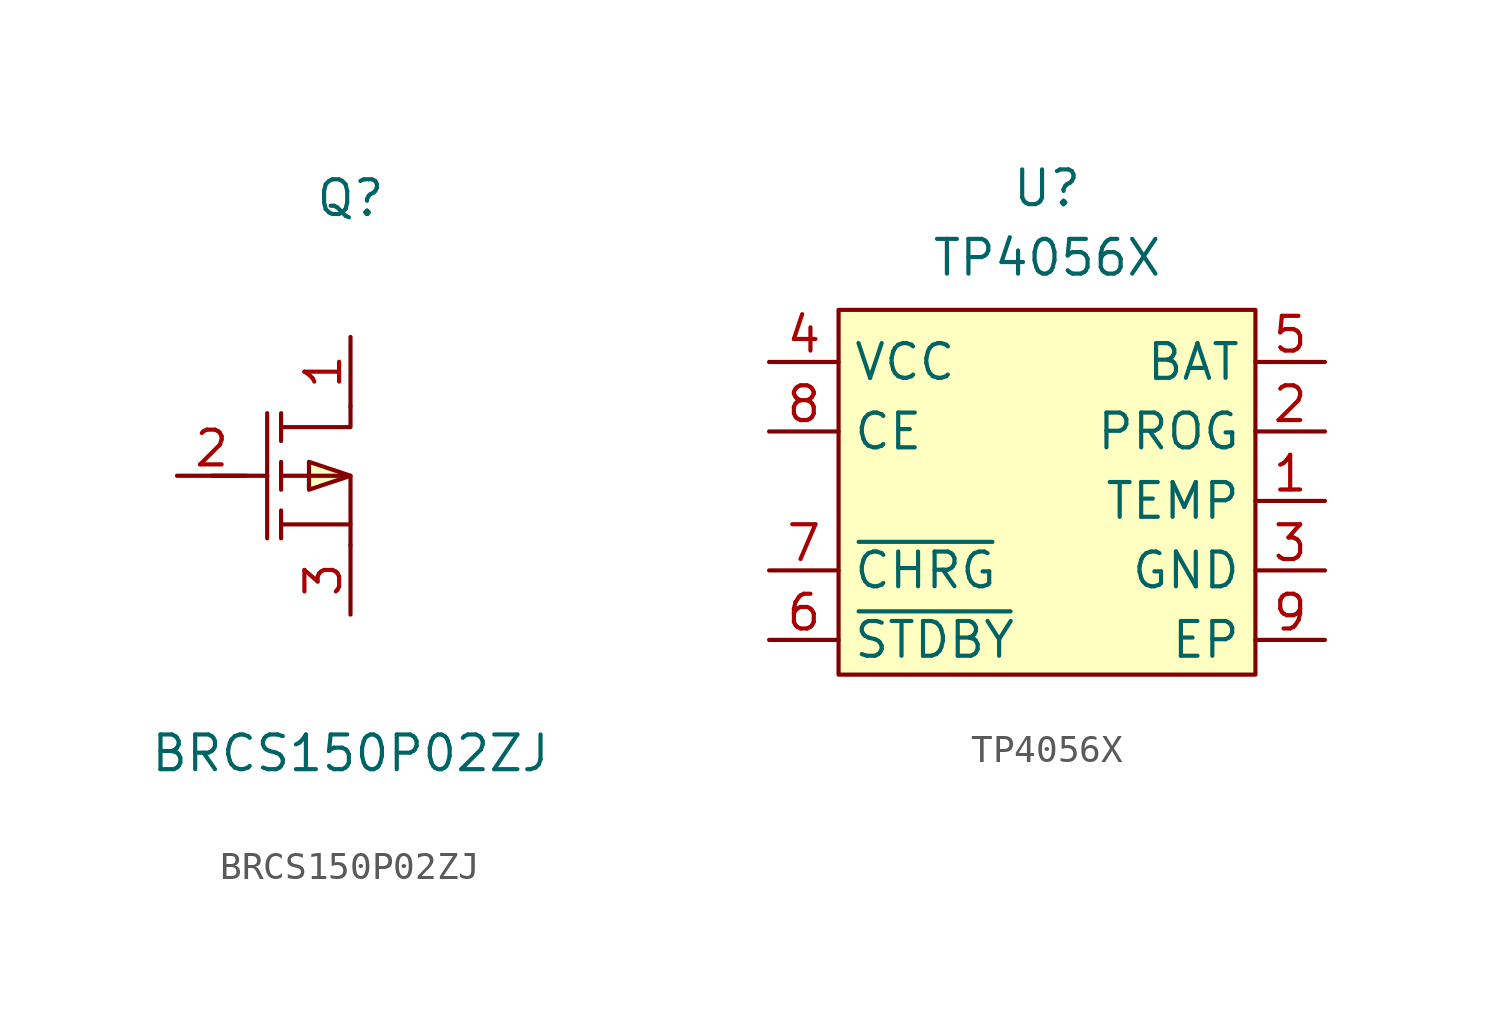
<source format=kicad_sym>
(kicad_symbol_lib
  (version 20241209)
  (generator "kicad_symbol_editor")
  (generator_version "9.0")
  (symbol "BRCS150P02ZJ"
    (pin_names
      (hide yes))
    (property "Reference" "Q"
      (at 0 10.16 0)
      (effects (font (size 1.27 1.27))))
    (property "Value" "BRCS150P02ZJ"
      (at 0 -10.16 0)
      (effects (font (size 1.27 1.27))))
    (symbol "BRCS150P02ZJ_0_1"
      (polyline (pts (xy -5.08 0) (xy -3.05 0)) (stroke (width 0) (type default)) (fill (type none)))
      (polyline (pts (xy -3.05 2.29) (xy -3.05 -2.29)) (stroke (width 0) (type default)) (fill (type none)))
      (polyline (pts (xy -2.54 2.29) (xy -2.54 1.27)) (stroke (width 0) (type default)) (fill (type none)))
      (polyline (pts (xy -2.54 1.78) (xy 0 1.78) (xy 0 2.54) (xy 0 2.54) (xy 0 2.54) (xy 0 2.54)) (stroke (width 0) (type default)) (fill (type none)))
      (polyline (pts (xy -2.54 0) (xy 0 0) (xy 0 -2.54) (xy 0 0) (xy 0 0)) (stroke (width 0) (type default)) (fill (type none)))
      (polyline (pts (xy -2.54 -0.51) (xy -2.54 0.51)) (stroke (width 0) (type default)) (fill (type none)))
      (polyline (pts (xy -2.54 -2.29) (xy -2.54 -1.27)) (stroke (width 0) (type default)) (fill (type none)))
      (polyline (pts (xy 0 0) (xy -1.52 -0.51) (xy -1.52 0.51) (xy 0 0)) (stroke (width 0) (type default)) (fill (type background)))
      (polyline (pts (xy 0 -1.78) (xy -2.54 -1.78)) (stroke (width 0) (type default)) (fill (type none)))
      (pin unspecified line (at -6.35 0 0) (length 2.54) (name "G" (effects (font (size 1.27 1.27)))) (number "2" (effects (font (size 1.27 1.27)))))
      (pin unspecified line (at 0 5.08 270) (length 2.54) (name "D" (effects (font (size 1.27 1.27)))) (number "1" (effects (font (size 1.27 1.27)))))
      (pin unspecified line (at 0 -5.08 90) (length 2.54) (name "S" (effects (font (size 1.27 1.27)))) (number "3" (effects (font (size 1.27 1.27)))))))
  (symbol "TP4056X"
    (property "Reference" "U"
      (at 0 10.16 0)
      (effects (font (size 1.27 1.27))))
    (property "Value" "TP4056X"
      (at 0 7.62 0)
      (effects (font (size 1.27 1.27))))
    (symbol "TP4056X_0_1"
      (rectangle (start -7.62 5.715) (end 7.62 -7.62) (stroke (width 0) (type default)) (fill (type background)))
      (pin unspecified line (at -10.16 3.81 0) (length 2.54) (name "VCC" (effects (font (size 1.27 1.27)))) (number "4" (effects (font (size 1.27 1.27)))))
      (pin unspecified line (at -10.16 1.27 0) (length 2.54) (name "CE" (effects (font (size 1.27 1.27)))) (number "8" (effects (font (size 1.27 1.27)))))
      (pin unspecified line (at -10.16 -3.81 0) (length 2.54) (name "~{CHRG}" (effects (font (size 1.27 1.27)))) (number "7" (effects (font (size 1.27 1.27)))))
      (pin unspecified line (at -10.16 -6.35 0) (length 2.54) (name "~{STDBY}" (effects (font (size 1.27 1.27)))) (number "6" (effects (font (size 1.27 1.27)))))
      (pin unspecified line (at 10.16 3.81 180) (length 2.54) (name "BAT" (effects (font (size 1.27 1.27)))) (number "5" (effects (font (size 1.27 1.27)))))
      (pin unspecified line (at 10.16 1.27 180) (length 2.54) (name "PROG" (effects (font (size 1.27 1.27)))) (number "2" (effects (font (size 1.27 1.27)))))
      (pin unspecified line (at 10.16 -1.27 180) (length 2.54) (name "TEMP" (effects (font (size 1.27 1.27)))) (number "1" (effects (font (size 1.27 1.27)))))
      (pin unspecified line (at 10.16 -3.81 180) (length 2.54) (name "GND" (effects (font (size 1.27 1.27)))) (number "3" (effects (font (size 1.27 1.27)))))
      (pin unspecified line (at 10.16 -6.35 180) (length 2.54) (name "EP" (effects (font (size 1.27 1.27)))) (number "9" (effects (font (size 1.27 1.27))))))))
</source>
